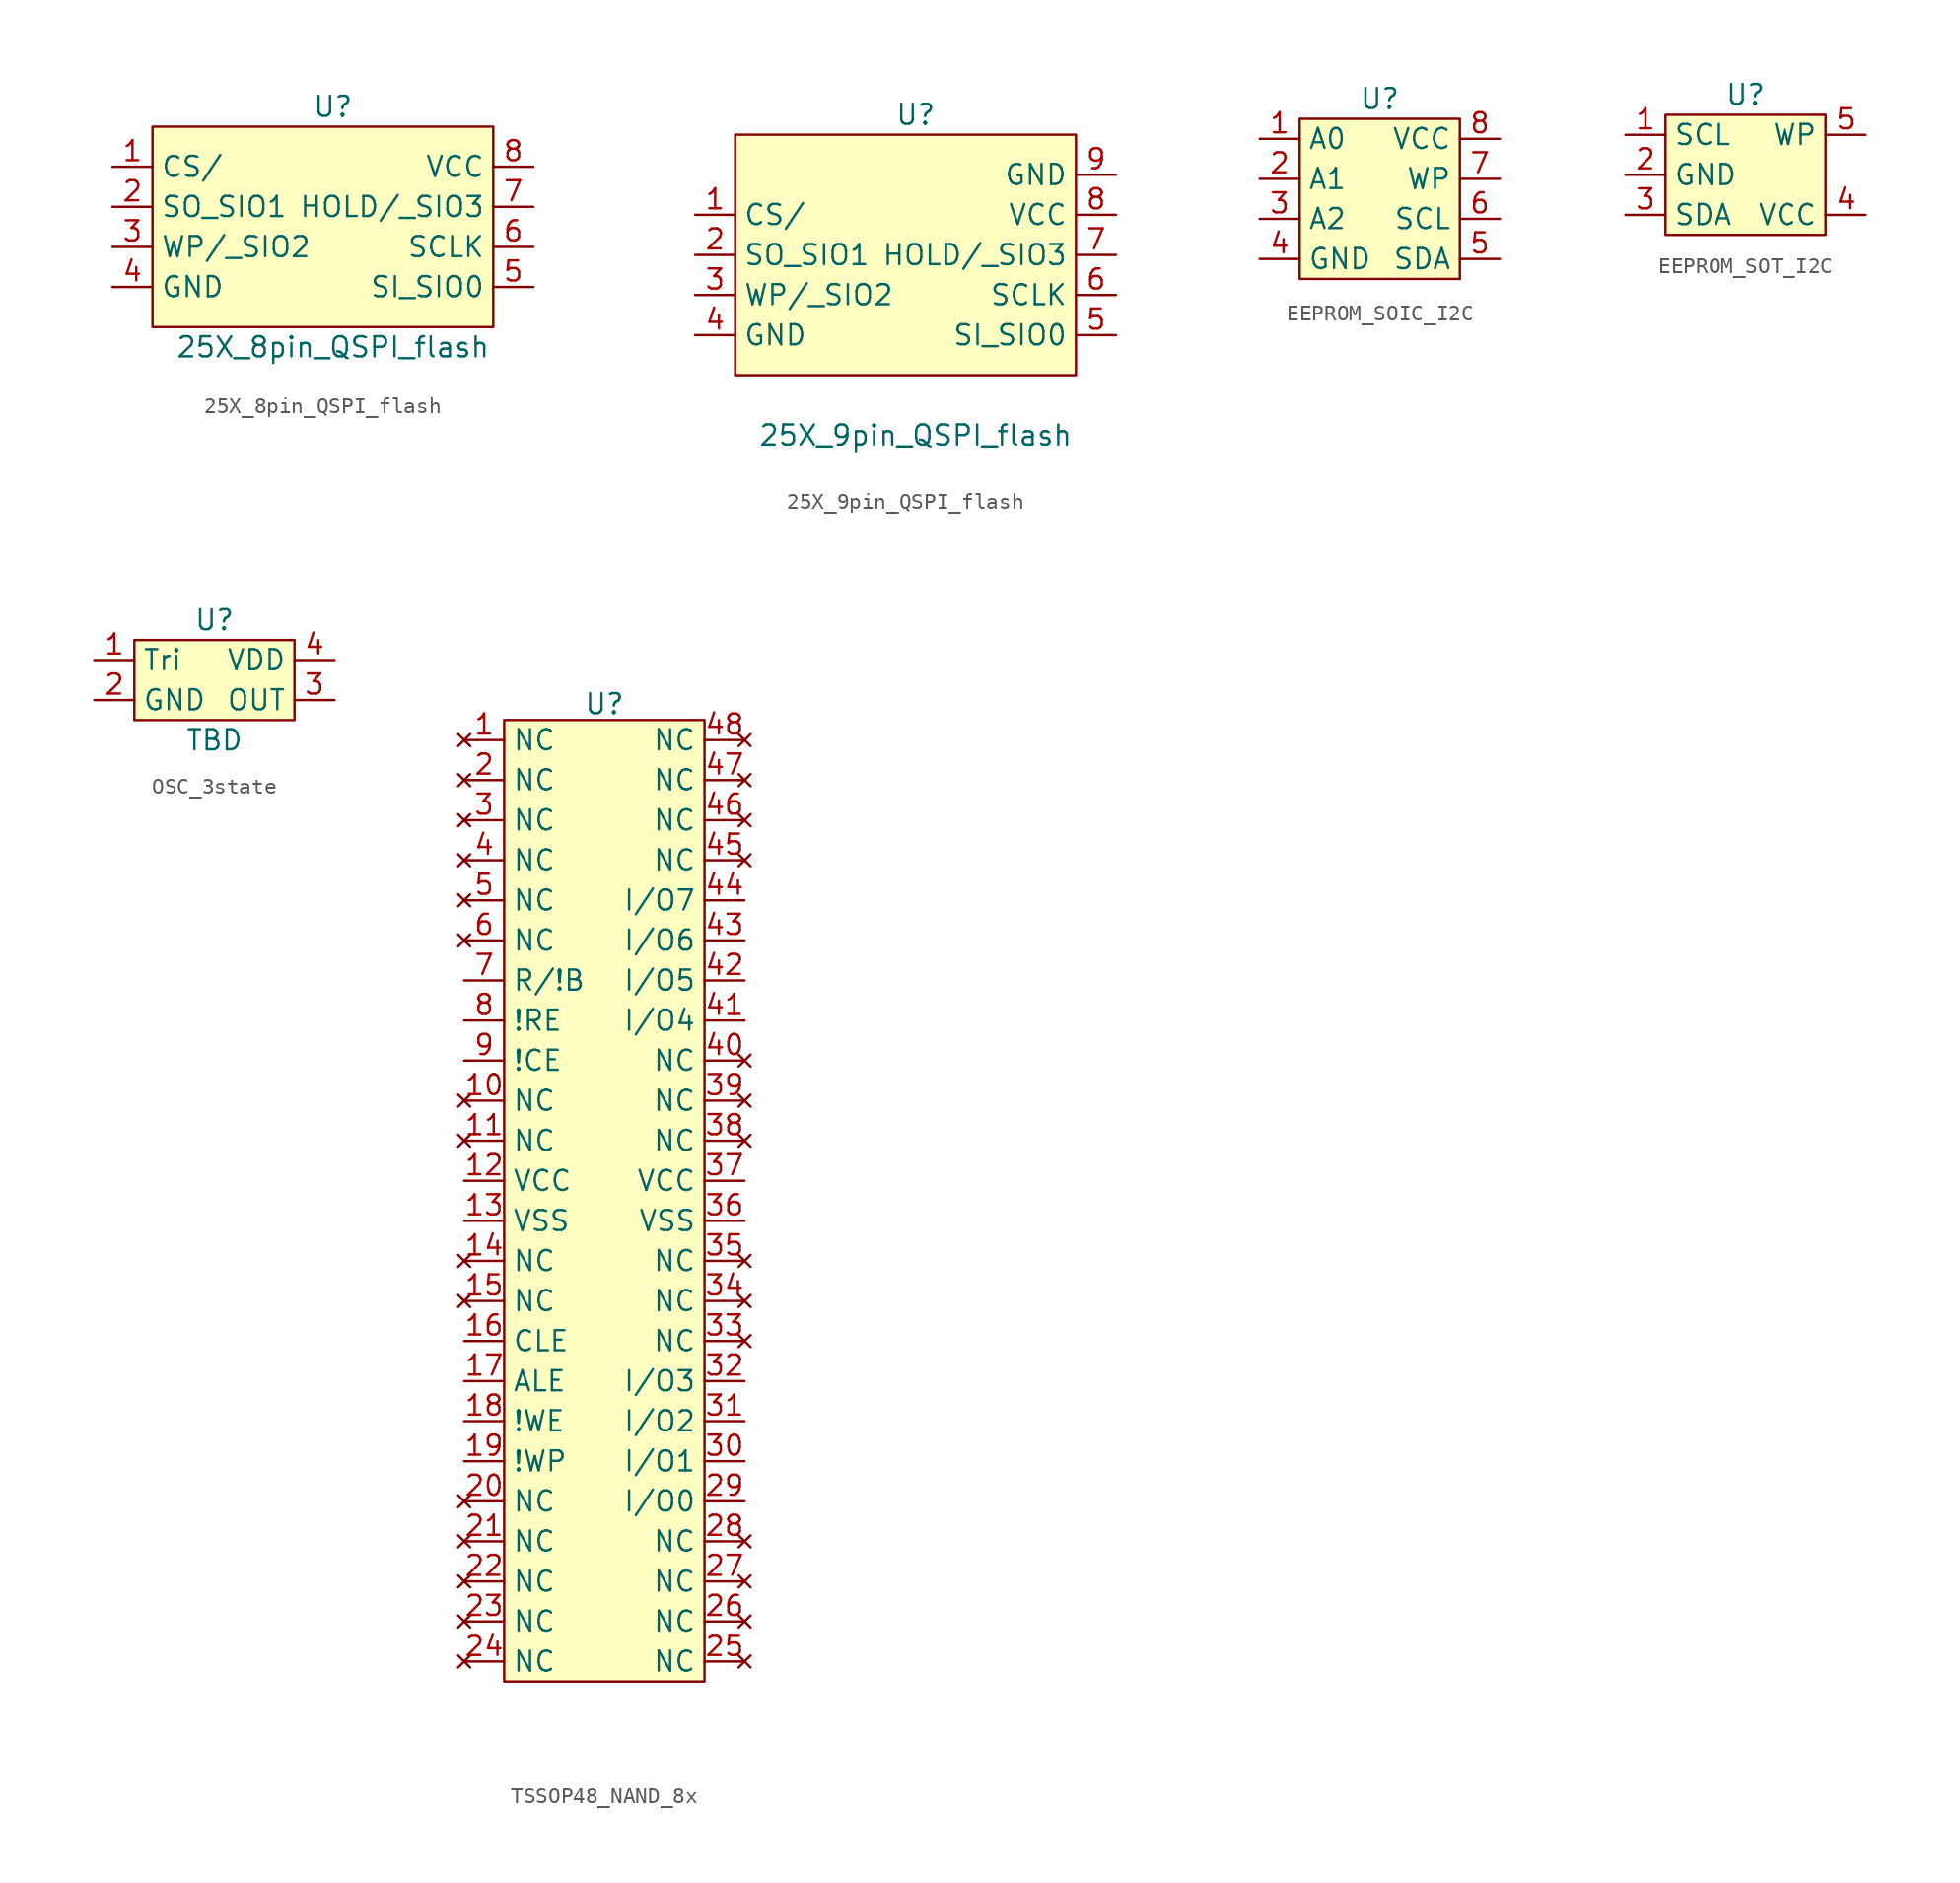
<source format=kicad_sym>
(kicad_symbol_lib
  (version 20231120)
  (generator "kicad_symbol_editor")
  (generator_version "8.0")
  (symbol "25X_8pin_QSPI_flash"
    (property "Reference" "U"
      (at 0 7.62 0)
      (effects (font (size 1.27 1.27))))
    (property "Value" "25X_8pin_QSPI_flash"
      (at 0 -7.62 0)
      (effects (font (size 1.27 1.27))))
    (symbol "25X_8pin_QSPI_flash_0_1"
      (rectangle (start -11.43 6.35) (end 10.16 -6.35) (stroke (width 0) (type default)) (fill (type background))))
    (symbol "25X_8pin_QSPI_flash_1_1"
      (pin input line (at -13.97 3.81 0) (length 2.54) (name "CS/" (effects (font (size 1.27 1.27)))) (number "1" (effects (font (size 1.27 1.27)))))
      (pin bidirectional line (at -13.97 1.27 0) (length 2.54) (name "SO_SIO1" (effects (font (size 1.27 1.27)))) (number "2" (effects (font (size 1.27 1.27)))))
      (pin bidirectional line (at -13.97 -1.27 0) (length 2.54) (name "WP/_SIO2" (effects (font (size 1.27 1.27)))) (number "3" (effects (font (size 1.27 1.27)))))
      (pin power_in line (at -13.97 -3.81 0) (length 2.54) (name "GND" (effects (font (size 1.27 1.27)))) (number "4" (effects (font (size 1.27 1.27)))))
      (pin bidirectional line (at 12.7 -3.81 180) (length 2.54) (name "SI_SIO0" (effects (font (size 1.27 1.27)))) (number "5" (effects (font (size 1.27 1.27)))))
      (pin input line (at 12.7 -1.27 180) (length 2.54) (name "SCLK" (effects (font (size 1.27 1.27)))) (number "6" (effects (font (size 1.27 1.27)))))
      (pin bidirectional line (at 12.7 1.27 180) (length 2.54) (name "HOLD/_SIO3" (effects (font (size 1.27 1.27)))) (number "7" (effects (font (size 1.27 1.27)))))
      (pin power_in line (at 12.7 3.81 180) (length 2.54) (name "VCC" (effects (font (size 1.27 1.27)))) (number "8" (effects (font (size 1.27 1.27)))))))
  (symbol "25X_9pin_QSPI_flash"
    (property "Reference" "U"
      (at 0 10.16 0)
      (effects (font (size 1.27 1.27))))
    (property "Value" "25X_9pin_QSPI_flash"
      (at 0 -10.16 0)
      (effects (font (size 1.27 1.27))))
    (symbol "25X_9pin_QSPI_flash_0_1"
      (rectangle (start -11.43 8.89) (end 10.16 -6.35) (stroke (width 0) (type default)) (fill (type background))))
    (symbol "25X_9pin_QSPI_flash_1_1"
      (pin input line (at -13.97 3.81 0) (length 2.54) (name "CS/" (effects (font (size 1.27 1.27)))) (number "1" (effects (font (size 1.27 1.27)))))
      (pin bidirectional line (at -13.97 1.27 0) (length 2.54) (name "SO_SIO1" (effects (font (size 1.27 1.27)))) (number "2" (effects (font (size 1.27 1.27)))))
      (pin bidirectional line (at -13.97 -1.27 0) (length 2.54) (name "WP/_SIO2" (effects (font (size 1.27 1.27)))) (number "3" (effects (font (size 1.27 1.27)))))
      (pin power_in line (at -13.97 -3.81 0) (length 2.54) (name "GND" (effects (font (size 1.27 1.27)))) (number "4" (effects (font (size 1.27 1.27)))))
      (pin bidirectional line (at 12.7 -3.81 180) (length 2.54) (name "SI_SIO0" (effects (font (size 1.27 1.27)))) (number "5" (effects (font (size 1.27 1.27)))))
      (pin input line (at 12.7 -1.27 180) (length 2.54) (name "SCLK" (effects (font (size 1.27 1.27)))) (number "6" (effects (font (size 1.27 1.27)))))
      (pin bidirectional line (at 12.7 1.27 180) (length 2.54) (name "HOLD/_SIO3" (effects (font (size 1.27 1.27)))) (number "7" (effects (font (size 1.27 1.27)))))
      (pin power_in line (at 12.7 3.81 180) (length 2.54) (name "VCC" (effects (font (size 1.27 1.27)))) (number "8" (effects (font (size 1.27 1.27)))))
      (pin power_in line (at 12.7 6.35 180) (length 2.54) (name "GND" (effects (font (size 1.27 1.27)))) (number "9" (effects (font (size 1.27 1.27)))))))
  (symbol "EEPROM_SOIC_I2C"
    (property "Reference" "U"
      (at 0 6.35 0)
      (effects (font (size 1.27 1.27))))
    (property "Value" ""
      (at 0 0 0)
      (effects (font (size 1.27 1.27))))
    (symbol "EEPROM_SOIC_I2C_1_1"
      (rectangle (start -5.08 5.08) (end 5.08 -5.08) (stroke (width 0) (type default)) (fill (type background)))
      (pin input line (at -7.62 3.81 0) (length 2.54) (name "A0" (effects (font (size 1.27 1.27)))) (number "1" (effects (font (size 1.27 1.27)))))
      (pin input line (at -7.62 1.27 0) (length 2.54) (name "A1" (effects (font (size 1.27 1.27)))) (number "2" (effects (font (size 1.27 1.27)))))
      (pin input line (at -7.62 -1.27 0) (length 2.54) (name "A2" (effects (font (size 1.27 1.27)))) (number "3" (effects (font (size 1.27 1.27)))))
      (pin power_in line (at -7.62 -3.81 0) (length 2.54) (name "GND" (effects (font (size 1.27 1.27)))) (number "4" (effects (font (size 1.27 1.27)))))
      (pin bidirectional line (at 7.62 -3.81 180) (length 2.54) (name "SDA" (effects (font (size 1.27 1.27)))) (number "5" (effects (font (size 1.27 1.27)))))
      (pin input line (at 7.62 -1.27 180) (length 2.54) (name "SCL" (effects (font (size 1.27 1.27)))) (number "6" (effects (font (size 1.27 1.27)))))
      (pin input line (at 7.62 1.27 180) (length 2.54) (name "WP" (effects (font (size 1.27 1.27)))) (number "7" (effects (font (size 1.27 1.27)))))
      (pin power_in line (at 7.62 3.81 180) (length 2.54) (name "VCC" (effects (font (size 1.27 1.27)))) (number "8" (effects (font (size 1.27 1.27)))))))
  (symbol "EEPROM_SOT_I2C"
    (property "Reference" "U"
      (at 0 5.08 0)
      (effects (font (size 1.27 1.27))))
    (property "Value" ""
      (at 0 0 0)
      (effects (font (size 1.27 1.27))))
    (symbol "EEPROM_SOT_I2C_1_1"
      (rectangle (start -5.08 3.81) (end 5.08 -3.81) (stroke (width 0) (type default)) (fill (type background)))
      (pin input line (at -7.62 2.54 0) (length 2.54) (name "SCL" (effects (font (size 1.27 1.27)))) (number "1" (effects (font (size 1.27 1.27)))))
      (pin power_in line (at -7.62 0 0) (length 2.54) (name "GND" (effects (font (size 1.27 1.27)))) (number "2" (effects (font (size 1.27 1.27)))))
      (pin bidirectional line (at -7.62 -2.54 0) (length 2.54) (name "SDA" (effects (font (size 1.27 1.27)))) (number "3" (effects (font (size 1.27 1.27)))))
      (pin power_in line (at 7.62 -2.54 180) (length 2.54) (name "VCC" (effects (font (size 1.27 1.27)))) (number "4" (effects (font (size 1.27 1.27)))))
      (pin input line (at 7.62 2.54 180) (length 2.54) (name "WP" (effects (font (size 1.27 1.27)))) (number "5" (effects (font (size 1.27 1.27)))))))
  (symbol "OSC_3state"
    (property "Reference" "U"
      (at 0 3.81 0)
      (effects (font (size 1.27 1.27))))
    (property "Value" "TBD"
      (at 0 -3.81 0)
      (effects (font (size 1.27 1.27))))
    (symbol "OSC_3state_1_1"
      (rectangle (start -5.08 2.54) (end 5.08 -2.54) (stroke (width 0) (type default)) (fill (type background)))
      (pin input line (at -7.62 1.27 0) (length 2.54) (name "Tri" (effects (font (size 1.27 1.27)))) (number "1" (effects (font (size 1.27 1.27)))))
      (pin power_in line (at -7.62 -1.27 0) (length 2.54) (name "GND" (effects (font (size 1.27 1.27)))) (number "2" (effects (font (size 1.27 1.27)))))
      (pin output line (at 7.62 -1.27 180) (length 2.54) (name "OUT" (effects (font (size 1.27 1.27)))) (number "3" (effects (font (size 1.27 1.27)))))
      (pin power_in line (at 7.62 1.27 180) (length 2.54) (name "VDD" (effects (font (size 1.27 1.27)))) (number "4" (effects (font (size 1.27 1.27)))))))
  (symbol "TSSOP48_NAND_8x"
    (property "Reference" "U"
      (at 0 31.496 0)
      (effects (font (size 1.27 1.27))))
    (property "Value" ""
      (at 0 0 0)
      (effects (font (size 1.27 1.27))))
    (symbol "TSSOP48_NAND_8x_1_1"
      (rectangle (start -6.35 30.48) (end 6.35 -30.48) (stroke (width 0) (type default)) (fill (type background)))
      (pin no_connect line (at -8.89 29.21 0) (length 2.54) (name "NC" (effects (font (size 1.27 1.27)))) (number "1" (effects (font (size 1.27 1.27)))))
      (pin no_connect line (at -8.89 6.35 0) (length 2.54) (name "NC" (effects (font (size 1.27 1.27)))) (number "10" (effects (font (size 1.27 1.27)))))
      (pin no_connect line (at -8.89 3.81 0) (length 2.54) (name "NC" (effects (font (size 1.27 1.27)))) (number "11" (effects (font (size 1.27 1.27)))))
      (pin power_in line (at -8.89 1.27 0) (length 2.54) (name "VCC" (effects (font (size 1.27 1.27)))) (number "12" (effects (font (size 1.27 1.27)))))
      (pin power_in line (at -8.89 -1.27 0) (length 2.54) (name "VSS" (effects (font (size 1.27 1.27)))) (number "13" (effects (font (size 1.27 1.27)))))
      (pin no_connect line (at -8.89 -3.81 0) (length 2.54) (name "NC" (effects (font (size 1.27 1.27)))) (number "14" (effects (font (size 1.27 1.27)))))
      (pin no_connect line (at -8.89 -6.35 0) (length 2.54) (name "NC" (effects (font (size 1.27 1.27)))) (number "15" (effects (font (size 1.27 1.27)))))
      (pin input line (at -8.89 -8.89 0) (length 2.54) (name "CLE" (effects (font (size 1.27 1.27)))) (number "16" (effects (font (size 1.27 1.27)))))
      (pin input line (at -8.89 -11.43 0) (length 2.54) (name "ALE" (effects (font (size 1.27 1.27)))) (number "17" (effects (font (size 1.27 1.27)))))
      (pin input line (at -8.89 -13.97 0) (length 2.54) (name "!WE" (effects (font (size 1.27 1.27)))) (number "18" (effects (font (size 1.27 1.27)))))
      (pin input line (at -8.89 -16.51 0) (length 2.54) (name "!WP" (effects (font (size 1.27 1.27)))) (number "19" (effects (font (size 1.27 1.27)))))
      (pin no_connect line (at -8.89 26.67 0) (length 2.54) (name "NC" (effects (font (size 1.27 1.27)))) (number "2" (effects (font (size 1.27 1.27)))))
      (pin no_connect line (at -8.89 -19.05 0) (length 2.54) (name "NC" (effects (font (size 1.27 1.27)))) (number "20" (effects (font (size 1.27 1.27)))))
      (pin no_connect line (at -8.89 -21.59 0) (length 2.54) (name "NC" (effects (font (size 1.27 1.27)))) (number "21" (effects (font (size 1.27 1.27)))))
      (pin no_connect line (at -8.89 -24.13 0) (length 2.54) (name "NC" (effects (font (size 1.27 1.27)))) (number "22" (effects (font (size 1.27 1.27)))))
      (pin no_connect line (at -8.89 -26.67 0) (length 2.54) (name "NC" (effects (font (size 1.27 1.27)))) (number "23" (effects (font (size 1.27 1.27)))))
      (pin no_connect line (at -8.89 -29.21 0) (length 2.54) (name "NC" (effects (font (size 1.27 1.27)))) (number "24" (effects (font (size 1.27 1.27)))))
      (pin no_connect line (at 8.89 -29.21 180) (length 2.54) (name "NC" (effects (font (size 1.27 1.27)))) (number "25" (effects (font (size 1.27 1.27)))))
      (pin no_connect line (at 8.89 -26.67 180) (length 2.54) (name "NC" (effects (font (size 1.27 1.27)))) (number "26" (effects (font (size 1.27 1.27)))))
      (pin no_connect line (at 8.89 -24.13 180) (length 2.54) (name "NC" (effects (font (size 1.27 1.27)))) (number "27" (effects (font (size 1.27 1.27)))))
      (pin no_connect line (at 8.89 -21.59 180) (length 2.54) (name "NC" (effects (font (size 1.27 1.27)))) (number "28" (effects (font (size 1.27 1.27)))))
      (pin bidirectional line (at 8.89 -19.05 180) (length 2.54) (name "I/O0" (effects (font (size 1.27 1.27)))) (number "29" (effects (font (size 1.27 1.27)))))
      (pin no_connect line (at -8.89 24.13 0) (length 2.54) (name "NC" (effects (font (size 1.27 1.27)))) (number "3" (effects (font (size 1.27 1.27)))))
      (pin bidirectional line (at 8.89 -16.51 180) (length 2.54) (name "I/O1" (effects (font (size 1.27 1.27)))) (number "30" (effects (font (size 1.27 1.27)))))
      (pin bidirectional line (at 8.89 -13.97 180) (length 2.54) (name "I/O2" (effects (font (size 1.27 1.27)))) (number "31" (effects (font (size 1.27 1.27)))))
      (pin bidirectional line (at 8.89 -11.43 180) (length 2.54) (name "I/O3" (effects (font (size 1.27 1.27)))) (number "32" (effects (font (size 1.27 1.27)))))
      (pin no_connect line (at 8.89 -8.89 180) (length 2.54) (name "NC" (effects (font (size 1.27 1.27)))) (number "33" (effects (font (size 1.27 1.27)))))
      (pin no_connect line (at 8.89 -6.35 180) (length 2.54) (name "NC" (effects (font (size 1.27 1.27)))) (number "34" (effects (font (size 1.27 1.27)))))
      (pin no_connect line (at 8.89 -3.81 180) (length 2.54) (name "NC" (effects (font (size 1.27 1.27)))) (number "35" (effects (font (size 1.27 1.27)))))
      (pin power_in line (at 8.89 -1.27 180) (length 2.54) (name "VSS" (effects (font (size 1.27 1.27)))) (number "36" (effects (font (size 1.27 1.27)))))
      (pin power_in line (at 8.89 1.27 180) (length 2.54) (name "VCC" (effects (font (size 1.27 1.27)))) (number "37" (effects (font (size 1.27 1.27)))))
      (pin no_connect line (at 8.89 3.81 180) (length 2.54) (name "NC" (effects (font (size 1.27 1.27)))) (number "38" (effects (font (size 1.27 1.27)))))
      (pin no_connect line (at 8.89 6.35 180) (length 2.54) (name "NC" (effects (font (size 1.27 1.27)))) (number "39" (effects (font (size 1.27 1.27)))))
      (pin no_connect line (at -8.89 21.59 0) (length 2.54) (name "NC" (effects (font (size 1.27 1.27)))) (number "4" (effects (font (size 1.27 1.27)))))
      (pin no_connect line (at 8.89 8.89 180) (length 2.54) (name "NC" (effects (font (size 1.27 1.27)))) (number "40" (effects (font (size 1.27 1.27)))))
      (pin bidirectional line (at 8.89 11.43 180) (length 2.54) (name "I/O4" (effects (font (size 1.27 1.27)))) (number "41" (effects (font (size 1.27 1.27)))))
      (pin bidirectional line (at 8.89 13.97 180) (length 2.54) (name "I/O5" (effects (font (size 1.27 1.27)))) (number "42" (effects (font (size 1.27 1.27)))))
      (pin bidirectional line (at 8.89 16.51 180) (length 2.54) (name "I/O6" (effects (font (size 1.27 1.27)))) (number "43" (effects (font (size 1.27 1.27)))))
      (pin bidirectional line (at 8.89 19.05 180) (length 2.54) (name "I/O7" (effects (font (size 1.27 1.27)))) (number "44" (effects (font (size 1.27 1.27)))))
      (pin no_connect line (at 8.89 21.59 180) (length 2.54) (name "NC" (effects (font (size 1.27 1.27)))) (number "45" (effects (font (size 1.27 1.27)))))
      (pin no_connect line (at 8.89 24.13 180) (length 2.54) (name "NC" (effects (font (size 1.27 1.27)))) (number "46" (effects (font (size 1.27 1.27)))))
      (pin no_connect line (at 8.89 26.67 180) (length 2.54) (name "NC" (effects (font (size 1.27 1.27)))) (number "47" (effects (font (size 1.27 1.27)))))
      (pin no_connect line (at 8.89 29.21 180) (length 2.54) (name "NC" (effects (font (size 1.27 1.27)))) (number "48" (effects (font (size 1.27 1.27)))))
      (pin no_connect line (at -8.89 19.05 0) (length 2.54) (name "NC" (effects (font (size 1.27 1.27)))) (number "5" (effects (font (size 1.27 1.27)))))
      (pin no_connect line (at -8.89 16.51 0) (length 2.54) (name "NC" (effects (font (size 1.27 1.27)))) (number "6" (effects (font (size 1.27 1.27)))))
      (pin output line (at -8.89 13.97 0) (length 2.54) (name "R/!B" (effects (font (size 1.27 1.27)))) (number "7" (effects (font (size 1.27 1.27)))))
      (pin input line (at -8.89 11.43 0) (length 2.54) (name "!RE" (effects (font (size 1.27 1.27)))) (number "8" (effects (font (size 1.27 1.27)))))
      (pin input line (at -8.89 8.89 0) (length 2.54) (name "!CE" (effects (font (size 1.27 1.27)))) (number "9" (effects (font (size 1.27 1.27))))))))
</source>
